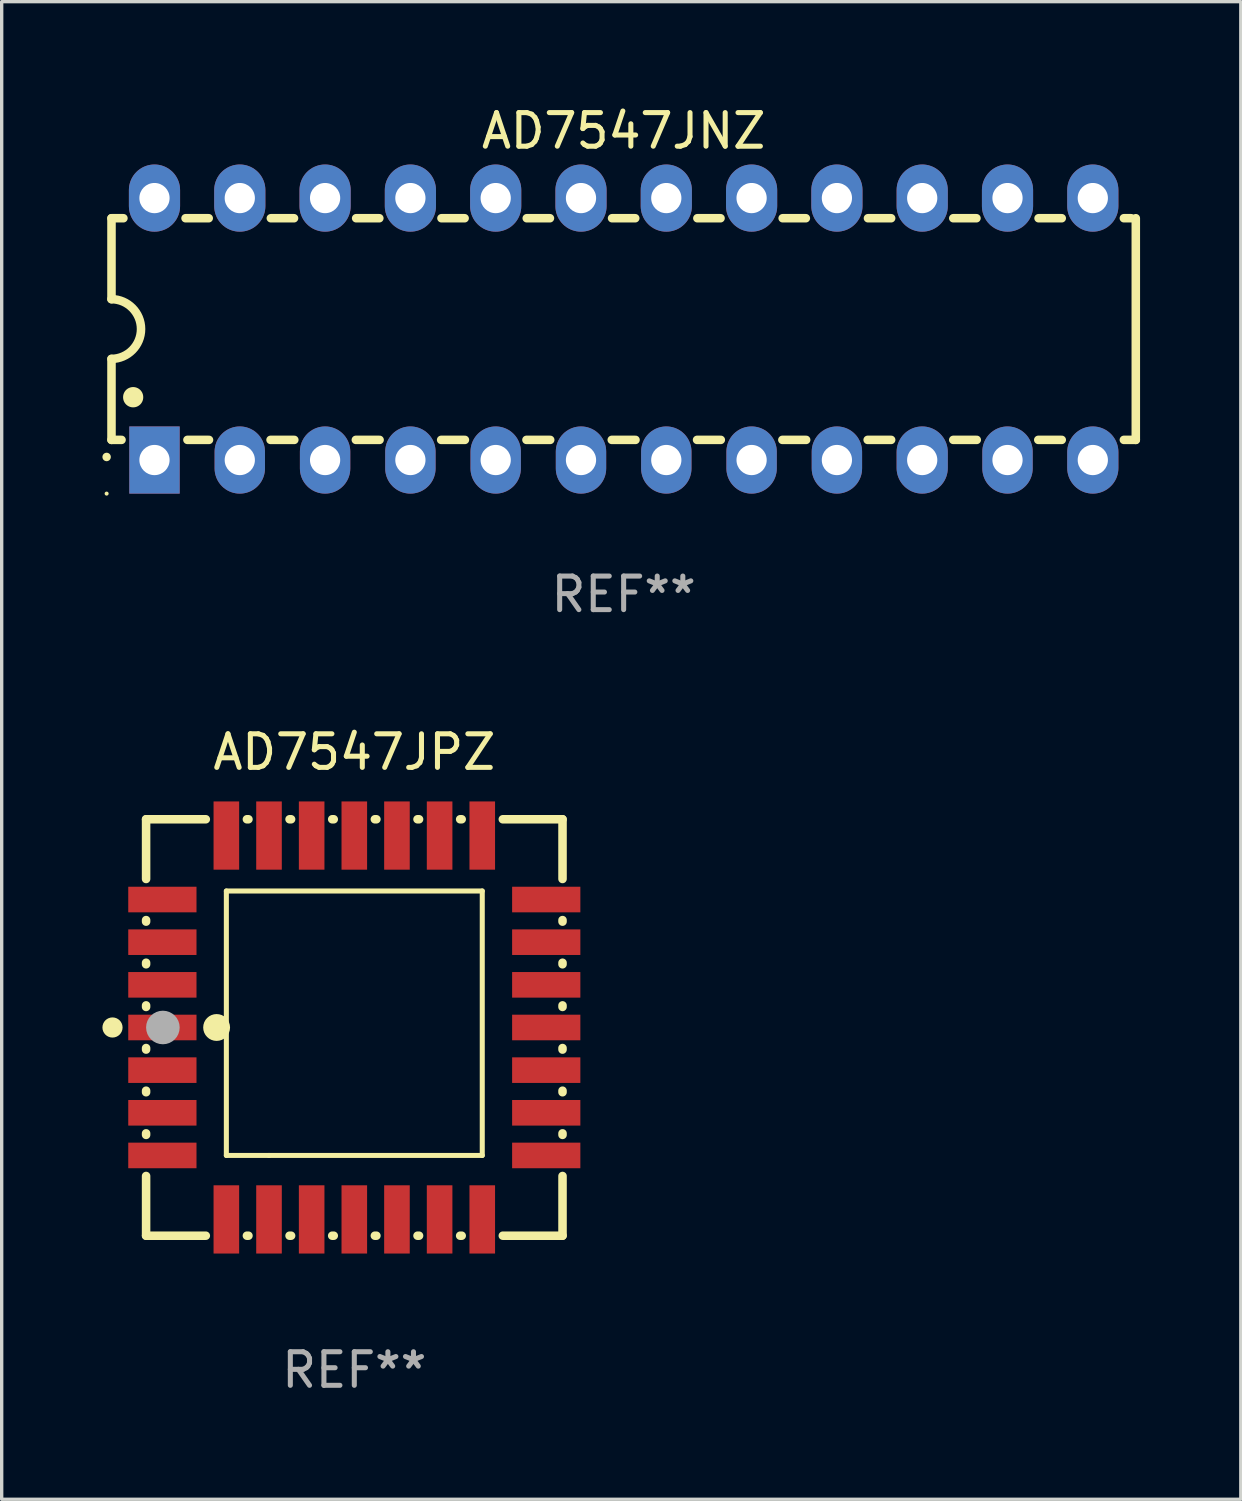
<source format=kicad_pcb>
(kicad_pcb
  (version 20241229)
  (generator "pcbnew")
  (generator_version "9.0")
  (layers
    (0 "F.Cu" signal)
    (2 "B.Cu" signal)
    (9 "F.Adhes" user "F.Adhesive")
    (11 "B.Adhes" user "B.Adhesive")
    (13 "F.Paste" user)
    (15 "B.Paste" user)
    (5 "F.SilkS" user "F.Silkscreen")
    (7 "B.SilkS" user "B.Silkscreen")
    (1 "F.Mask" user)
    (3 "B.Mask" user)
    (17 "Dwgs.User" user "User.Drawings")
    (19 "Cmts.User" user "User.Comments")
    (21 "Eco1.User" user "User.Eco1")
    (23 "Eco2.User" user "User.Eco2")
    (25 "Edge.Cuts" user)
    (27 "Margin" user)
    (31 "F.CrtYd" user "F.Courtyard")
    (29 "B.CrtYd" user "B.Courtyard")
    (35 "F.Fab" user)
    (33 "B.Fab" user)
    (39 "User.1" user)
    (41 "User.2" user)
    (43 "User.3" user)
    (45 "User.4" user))
  (footprint "AD7547JPZ"
    (layer "F.Cu")
    (at 7.5 27.545)
    (property "Reference" "AD7547JPZ" (at 0 -8.2 0) (layer "F.SilkS") (effects (font (size 1 1) (thickness 0.15))))
    (attr through_hole)
    (fp_line (start -6.2 -6.2) (end -4.422 -6.2) (stroke (width 0.254) (type solid)) (layer "F.SilkS"))
    (fp_line (start -6.2 -4.422) (end -6.2 -6.2) (stroke (width 0.254) (type solid)) (layer "F.SilkS"))
    (fp_line (start -6.2 -3.152) (end -6.2 -3.198) (stroke (width 0.254) (type solid)) (layer "F.SilkS"))
    (fp_line (start -6.2 -1.882) (end -6.2 -1.928) (stroke (width 0.254) (type solid)) (layer "F.SilkS"))
    (fp_line (start -6.2 -0.612) (end -6.2 -0.658) (stroke (width 0.254) (type solid)) (layer "F.SilkS"))
    (fp_line (start -6.2 0.658) (end -6.2 0.612) (stroke (width 0.254) (type solid)) (layer "F.SilkS"))
    (fp_line (start -6.2 1.928) (end -6.2 1.882) (stroke (width 0.254) (type solid)) (layer "F.SilkS"))
    (fp_line (start -6.2 3.198) (end -6.2 3.152) (stroke (width 0.254) (type solid)) (layer "F.SilkS"))
    (fp_line (start -6.2 6.2) (end -6.2 4.422) (stroke (width 0.254) (type solid)) (layer "F.SilkS"))
    (fp_line (start -4.422 6.2) (end -6.2 6.2) (stroke (width 0.254) (type solid)) (layer "F.SilkS"))
    (fp_line (start -3.81 -4.064) (end 3.81 -4.064) (stroke (width 0.15) (type solid)) (layer "F.SilkS"))
    (fp_line (start -3.81 3.81) (end -3.81 -4.064) (stroke (width 0.15) (type solid)) (layer "F.SilkS"))
    (fp_line (start -3.198 -6.2) (end -3.152 -6.2) (stroke (width 0.254) (type solid)) (layer "F.SilkS"))
    (fp_line (start -3.152 6.2) (end -3.198 6.2) (stroke (width 0.254) (type solid)) (layer "F.SilkS"))
    (fp_line (start -2.54 3.81) (end -3.81 3.81) (stroke (width 0.15) (type solid)) (layer "F.SilkS"))
    (fp_line (start -1.928 -6.2) (end -1.882 -6.2) (stroke (width 0.254) (type solid)) (layer "F.SilkS"))
    (fp_line (start -1.882 6.2) (end -1.928 6.2) (stroke (width 0.254) (type solid)) (layer "F.SilkS"))
    (fp_line (start -0.658 -6.2) (end -0.612 -6.2) (stroke (width 0.254) (type solid)) (layer "F.SilkS"))
    (fp_line (start -0.612 6.2) (end -0.658 6.2) (stroke (width 0.254) (type solid)) (layer "F.SilkS"))
    (fp_line (start 0.612 -6.2) (end 0.658 -6.2) (stroke (width 0.254) (type solid)) (layer "F.SilkS"))
    (fp_line (start 0.658 6.2) (end 0.612 6.2) (stroke (width 0.254) (type solid)) (layer "F.SilkS"))
    (fp_line (start 1.882 -6.2) (end 1.928 -6.2) (stroke (width 0.254) (type solid)) (layer "F.SilkS"))
    (fp_line (start 1.928 6.2) (end 1.882 6.2) (stroke (width 0.254) (type solid)) (layer "F.SilkS"))
    (fp_line (start 3.152 -6.2) (end 3.198 -6.2) (stroke (width 0.254) (type solid)) (layer "F.SilkS"))
    (fp_line (start 3.198 6.2) (end 3.152 6.2) (stroke (width 0.254) (type solid)) (layer "F.SilkS"))
    (fp_line (start 3.81 -4.064) (end 3.81 3.81) (stroke (width 0.15) (type solid)) (layer "F.SilkS"))
    (fp_line (start 3.81 3.81) (end -2.54 3.81) (stroke (width 0.15) (type solid)) (layer "F.SilkS"))
    (fp_line (start 4.422 -6.2) (end 6.2 -6.2) (stroke (width 0.254) (type solid)) (layer "F.SilkS"))
    (fp_line (start 6.2 -6.2) (end 6.2 -4.422) (stroke (width 0.254) (type solid)) (layer "F.SilkS"))
    (fp_line (start 6.2 -3.198) (end 6.2 -3.152) (stroke (width 0.254) (type solid)) (layer "F.SilkS"))
    (fp_line (start 6.2 -1.928) (end 6.2 -1.882) (stroke (width 0.254) (type solid)) (layer "F.SilkS"))
    (fp_line (start 6.2 -0.658) (end 6.2 -0.612) (stroke (width 0.254) (type solid)) (layer "F.SilkS"))
    (fp_line (start 6.2 0.612) (end 6.2 0.658) (stroke (width 0.254) (type solid)) (layer "F.SilkS"))
    (fp_line (start 6.2 1.882) (end 6.2 1.928) (stroke (width 0.254) (type solid)) (layer "F.SilkS"))
    (fp_line (start 6.2 3.152) (end 6.2 3.198) (stroke (width 0.254) (type solid)) (layer "F.SilkS"))
    (fp_line (start 6.2 4.422) (end 6.2 6.2) (stroke (width 0.254) (type solid)) (layer "F.SilkS"))
    (fp_line (start 6.2 6.2) (end 4.422 6.2) (stroke (width 0.254) (type solid)) (layer "F.SilkS"))
    (fp_circle (center -7.2 0) (end -7.05 0) (stroke (width 0.3) (type solid)) (fill no) (layer "F.SilkS"))
    (fp_circle (center -6.223 6.223) (end -6.193 6.223) (stroke (width 0.06) (type solid)) (fill no) (layer "F.SilkS"))
    (fp_circle (center -4.1 0) (end -3.9 0) (stroke (width 0.4) (type solid)) (fill no) (layer "F.SilkS"))
    (fp_circle (center -5.7 0) (end -5.45 0) (stroke (width 0.5) (type solid)) (fill no) (layer "F.Fab"))
    (fp_text user "REF**" (at 0 10.2 0) (layer "F.Fab") (effects (font (size 1 1) (thickness 0.15))))
    (pad "1" smd rect (at -5.715 0) (size 2.032 0.762) (layers "F.Cu" "F.Mask" "F.Paste"))
    (pad "2" smd rect (at -5.715 1.27) (size 2.032 0.762) (layers "F.Cu" "F.Mask" "F.Paste"))
    (pad "3" smd rect (at -5.715 2.54) (size 2.032 0.762) (layers "F.Cu" "F.Mask" "F.Paste"))
    (pad "4" smd rect (at -5.715 3.81) (size 2.032 0.762) (layers "F.Cu" "F.Mask" "F.Paste"))
    (pad "5" smd rect (at -3.81 5.715) (size 0.762 2.032) (layers "F.Cu" "F.Mask" "F.Paste"))
    (pad "6" smd rect (at -2.54 5.715) (size 0.762 2.032) (layers "F.Cu" "F.Mask" "F.Paste"))
    (pad "7" smd rect (at -1.27 5.715) (size 0.762 2.032) (layers "F.Cu" "F.Mask" "F.Paste"))
    (pad "8" smd rect (at 0 5.715) (size 0.762 2.032) (layers "F.Cu" "F.Mask" "F.Paste"))
    (pad "9" smd rect (at 1.27 5.715) (size 0.762 2.032) (layers "F.Cu" "F.Mask" "F.Paste"))
    (pad "10" smd rect (at 2.54 5.715) (size 0.762 2.032) (layers "F.Cu" "F.Mask" "F.Paste"))
    (pad "11" smd rect (at 3.81 5.715) (size 0.762 2.032) (layers "F.Cu" "F.Mask" "F.Paste"))
    (pad "12" smd rect (at 5.715 3.81) (size 2.032 0.762) (layers "F.Cu" "F.Mask" "F.Paste"))
    (pad "13" smd rect (at 5.715 2.54) (size 2.032 0.762) (layers "F.Cu" "F.Mask" "F.Paste"))
    (pad "14" smd rect (at 5.715 1.27) (size 2.032 0.762) (layers "F.Cu" "F.Mask" "F.Paste"))
    (pad "15" smd rect (at 5.715 0) (size 2.032 0.762) (layers "F.Cu" "F.Mask" "F.Paste"))
    (pad "16" smd rect (at 5.715 -1.27) (size 2.032 0.762) (layers "F.Cu" "F.Mask" "F.Paste"))
    (pad "17" smd rect (at 5.715 -2.54) (size 2.032 0.762) (layers "F.Cu" "F.Mask" "F.Paste"))
    (pad "18" smd rect (at 5.715 -3.81) (size 2.032 0.762) (layers "F.Cu" "F.Mask" "F.Paste"))
    (pad "19" smd rect (at 3.81 -5.715) (size 0.762 2.032) (layers "F.Cu" "F.Mask" "F.Paste"))
    (pad "20" smd rect (at 2.54 -5.715) (size 0.762 2.032) (layers "F.Cu" "F.Mask" "F.Paste"))
    (pad "21" smd rect (at 1.27 -5.715) (size 0.762 2.032) (layers "F.Cu" "F.Mask" "F.Paste"))
    (pad "22" smd rect (at 0 -5.715) (size 0.762 2.032) (layers "F.Cu" "F.Mask" "F.Paste"))
    (pad "23" smd rect (at -1.27 -5.715) (size 0.762 2.032) (layers "F.Cu" "F.Mask" "F.Paste"))
    (pad "24" smd rect (at -2.54 -5.715) (size 0.762 2.032) (layers "F.Cu" "F.Mask" "F.Paste"))
    (pad "25" smd rect (at -3.81 -5.715) (size 0.762 2.032) (layers "F.Cu" "F.Mask" "F.Paste"))
    (pad "26" smd rect (at -5.715 -3.81) (size 2.032 0.762) (layers "F.Cu" "F.Mask" "F.Paste"))
    (pad "27" smd rect (at -5.715 -2.54) (size 2.032 0.762) (layers "F.Cu" "F.Mask" "F.Paste"))
    (pad "28" smd rect (at -5.715 -1.27) (size 2.032 0.762) (layers "F.Cu" "F.Mask" "F.Paste")))
  (footprint "AD7547JNZ"
    (layer "F.Cu")
    (at 15.52 6.748)
    (property "Reference" "AD7547JNZ" (at 0 -5.9 0) (layer "F.SilkS") (effects (font (size 1 1) (thickness 0.15))))
    (attr through_hole)
    (fp_line (start -15.25 -3.3) (end -15.25 -0.889) (stroke (width 0.254) (type solid)) (layer "F.SilkS"))
    (fp_line (start -15.25 -3.3) (end -14.895 -3.3) (stroke (width 0.254) (type solid)) (layer "F.SilkS"))
    (fp_line (start -15.25 3.3) (end -15.25 0.889) (stroke (width 0.254) (type solid)) (layer "F.SilkS"))
    (fp_line (start -15.25 3.3) (end -14.951 3.3) (stroke (width 0.254) (type solid)) (layer "F.SilkS"))
    (fp_line (start -13.045 -3.3) (end -12.355 -3.3) (stroke (width 0.254) (type solid)) (layer "F.SilkS"))
    (fp_line (start -12.989 3.3) (end -12.347 3.3) (stroke (width 0.254) (type solid)) (layer "F.SilkS"))
    (fp_line (start -10.514 3.3) (end -9.807 3.3) (stroke (width 0.254) (type solid)) (layer "F.SilkS"))
    (fp_line (start -10.505 -3.3) (end -9.815 -3.3) (stroke (width 0.254) (type solid)) (layer "F.SilkS"))
    (fp_line (start -7.974 3.3) (end -7.267 3.3) (stroke (width 0.254) (type solid)) (layer "F.SilkS"))
    (fp_line (start -7.965 -3.3) (end -7.275 -3.3) (stroke (width 0.254) (type solid)) (layer "F.SilkS"))
    (fp_line (start -5.434 3.3) (end -4.727 3.3) (stroke (width 0.254) (type solid)) (layer "F.SilkS"))
    (fp_line (start -5.425 -3.3) (end -4.735 -3.3) (stroke (width 0.254) (type solid)) (layer "F.SilkS"))
    (fp_line (start -2.894 3.3) (end -2.187 3.3) (stroke (width 0.254) (type solid)) (layer "F.SilkS"))
    (fp_line (start -2.885 -3.3) (end -2.195 -3.3) (stroke (width 0.254) (type solid)) (layer "F.SilkS"))
    (fp_line (start -0.354 3.3) (end 0.353 3.3) (stroke (width 0.254) (type solid)) (layer "F.SilkS"))
    (fp_line (start -0.345 -3.3) (end 0.345 -3.3) (stroke (width 0.254) (type solid)) (layer "F.SilkS"))
    (fp_line (start 2.186 3.3) (end 2.893 3.3) (stroke (width 0.254) (type solid)) (layer "F.SilkS"))
    (fp_line (start 2.195 -3.3) (end 2.885 -3.3) (stroke (width 0.254) (type solid)) (layer "F.SilkS"))
    (fp_line (start 4.726 3.3) (end 5.434 3.3) (stroke (width 0.254) (type solid)) (layer "F.SilkS"))
    (fp_line (start 4.735 -3.3) (end 5.425 -3.3) (stroke (width 0.254) (type solid)) (layer "F.SilkS"))
    (fp_line (start 7.266 3.3) (end 7.965 3.3) (stroke (width 0.254) (type solid)) (layer "F.SilkS"))
    (fp_line (start 7.275 -3.3) (end 7.965 -3.3) (stroke (width 0.254) (type solid)) (layer "F.SilkS"))
    (fp_line (start 9.815 -3.3) (end 10.505 -3.3) (stroke (width 0.254) (type solid)) (layer "F.SilkS"))
    (fp_line (start 9.815 3.3) (end 10.514 3.3) (stroke (width 0.254) (type solid)) (layer "F.SilkS"))
    (fp_line (start 12.346 3.3) (end 13.045 3.3) (stroke (width 0.254) (type solid)) (layer "F.SilkS"))
    (fp_line (start 12.355 -3.3) (end 13.045 -3.3) (stroke (width 0.254) (type solid)) (layer "F.SilkS"))
    (fp_line (start 14.895 -3.3) (end 15.113 -3.3) (stroke (width 0.254) (type solid)) (layer "F.SilkS"))
    (fp_line (start 14.895 3.3) (end 15.25 3.3) (stroke (width 0.254) (type solid)) (layer "F.SilkS"))
    (fp_line (start 15.25 -3.3) (end 15.25 3.3) (stroke (width 0.254) (type solid)) (layer "F.SilkS"))
    (fp_arc (start -15.394971 3.810033) (mid -15.394978 3.808763) (end -15.394971 3.807493) (stroke (width 0.25) (type solid)) (layer "F.SilkS"))
    (fp_arc (start -15.251053 -0.890146) (mid -14.361467 -0.001067) (end -15.250038 0.889027) (stroke (width 0.254001) (type solid)) (layer "F.SilkS"))
    (fp_arc (start -14.605029 2.032029) (mid -14.60504 2.029489) (end -14.605029 2.026949) (stroke (width 0.6) (type solid)) (layer "F.SilkS"))
    (fp_circle (center -15.395 4.9) (end -15.365 4.9) (stroke (width 0.06) (type solid)) (fill no) (layer "F.SilkS"))
    (fp_text user "REF**" (at 0 7.9 0) (layer "F.Fab") (effects (font (size 1 1) (thickness 0.15))))
    (pad "1" thru_hole rect (at -13.97 3.9 90) (size 2 1.5) (drill 0.9) (layers "*.Cu" "*.Mask"))
    (pad "2" thru_hole oval (at -11.43 3.9 90) (size 2 1.5) (drill 0.9) (layers "*.Cu" "*.Mask"))
    (pad "3" thru_hole oval (at -8.89 3.9 90) (size 2 1.5) (drill 0.9) (layers "*.Cu" "*.Mask"))
    (pad "4" thru_hole oval (at -6.35 3.9 90) (size 2 1.5) (drill 0.9) (layers "*.Cu" "*.Mask"))
    (pad "5" thru_hole oval (at -3.81 3.9 90) (size 2 1.5) (drill 0.9) (layers "*.Cu" "*.Mask"))
    (pad "6" thru_hole oval (at -1.27 3.9 90) (size 2 1.5) (drill 0.9) (layers "*.Cu" "*.Mask"))
    (pad "7" thru_hole oval (at 1.27 3.9 90) (size 2 1.5) (drill 0.9) (layers "*.Cu" "*.Mask"))
    (pad "8" thru_hole oval (at 3.81 3.9 90) (size 2 1.5) (drill 0.9) (layers "*.Cu" "*.Mask"))
    (pad "9" thru_hole oval (at 6.35 3.9 90) (size 2 1.5) (drill 0.9) (layers "*.Cu" "*.Mask"))
    (pad "10" thru_hole oval (at 8.89 3.9 90) (size 2 1.524) (drill 0.9) (layers "*.Cu" "*.Mask"))
    (pad "11" thru_hole oval (at 11.43 3.9 90) (size 2 1.5) (drill 0.9) (layers "*.Cu" "*.Mask"))
    (pad "12" thru_hole oval (at 13.97 3.9 90) (size 2 1.524) (drill 0.9) (layers "*.Cu" "*.Mask"))
    (pad "13" thru_hole oval (at 13.97 -3.9 90) (size 2 1.524) (drill 0.9) (layers "*.Cu" "*.Mask"))
    (pad "14" thru_hole oval (at 11.43 -3.9 90) (size 2 1.524) (drill 0.9) (layers "*.Cu" "*.Mask"))
    (pad "15" thru_hole oval (at 8.89 -3.9 90) (size 2 1.524) (drill 0.9) (layers "*.Cu" "*.Mask"))
    (pad "16" thru_hole oval (at 6.35 -3.9 90) (size 2 1.524) (drill 0.9) (layers "*.Cu" "*.Mask"))
    (pad "17" thru_hole oval (at 3.81 -3.9 90) (size 2 1.524) (drill 0.9) (layers "*.Cu" "*.Mask"))
    (pad "18" thru_hole oval (at 1.27 -3.9 90) (size 2 1.524) (drill 0.9) (layers "*.Cu" "*.Mask"))
    (pad "19" thru_hole oval (at -1.27 -3.9 90) (size 2 1.524) (drill 0.9) (layers "*.Cu" "*.Mask"))
    (pad "20" thru_hole oval (at -3.81 -3.9 90) (size 2 1.524) (drill 0.9) (layers "*.Cu" "*.Mask"))
    (pad "21" thru_hole oval (at -6.35 -3.9 90) (size 2 1.524) (drill 0.9) (layers "*.Cu" "*.Mask"))
    (pad "22" thru_hole oval (at -8.89 -3.9 90) (size 2 1.524) (drill 0.9) (layers "*.Cu" "*.Mask"))
    (pad "23" thru_hole oval (at -11.43 -3.9 90) (size 2 1.524) (drill 0.9) (layers "*.Cu" "*.Mask"))
    (pad "24" thru_hole oval (at -13.97 -3.9 90) (size 2 1.524) (drill 0.9) (layers "*.Cu" "*.Mask")))
  (gr_rect
    (start -3 -3)
    (end 33.897 41.593)
    (stroke (width 0.1) (type default))
    (fill no)
    (layer "Edge.Cuts")))
</source>
